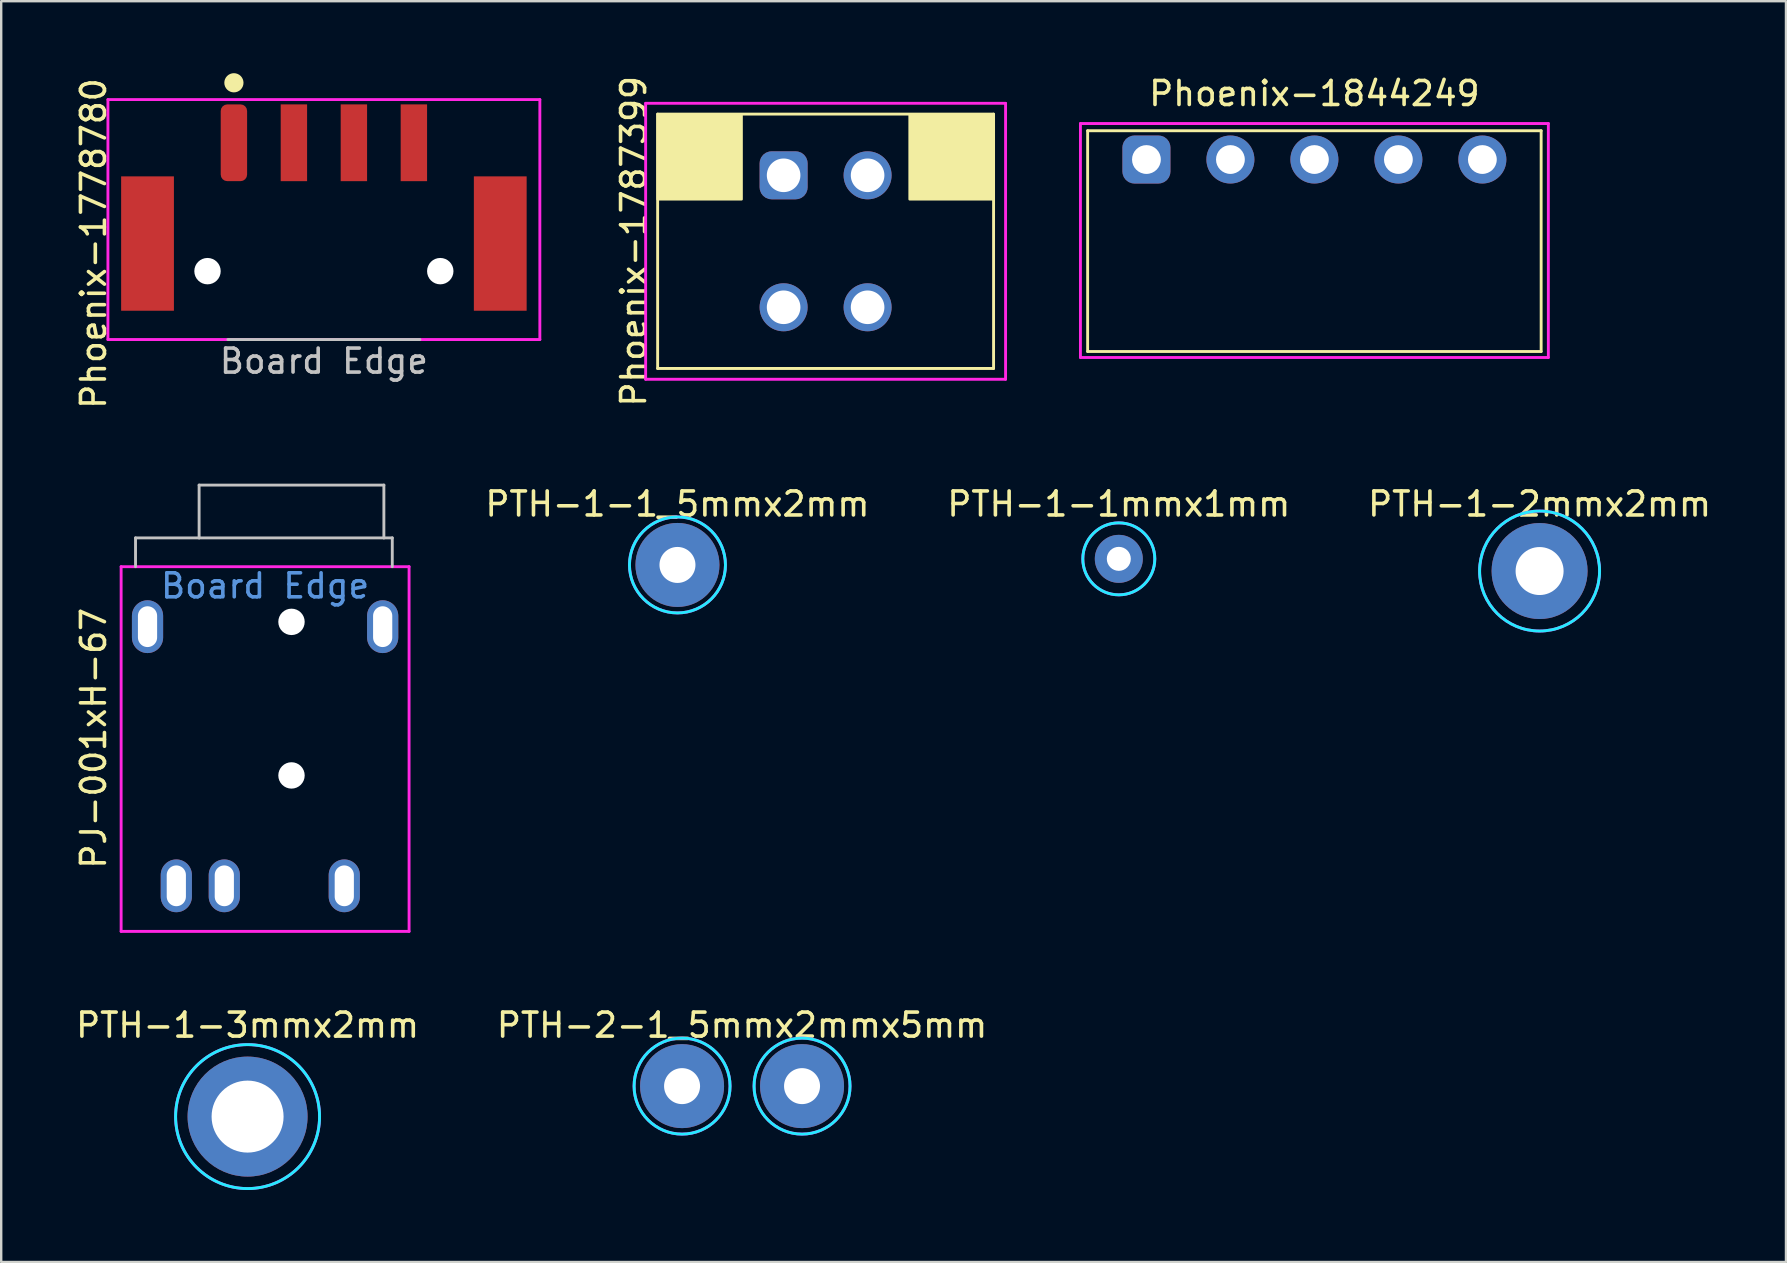
<source format=kicad_pcb>
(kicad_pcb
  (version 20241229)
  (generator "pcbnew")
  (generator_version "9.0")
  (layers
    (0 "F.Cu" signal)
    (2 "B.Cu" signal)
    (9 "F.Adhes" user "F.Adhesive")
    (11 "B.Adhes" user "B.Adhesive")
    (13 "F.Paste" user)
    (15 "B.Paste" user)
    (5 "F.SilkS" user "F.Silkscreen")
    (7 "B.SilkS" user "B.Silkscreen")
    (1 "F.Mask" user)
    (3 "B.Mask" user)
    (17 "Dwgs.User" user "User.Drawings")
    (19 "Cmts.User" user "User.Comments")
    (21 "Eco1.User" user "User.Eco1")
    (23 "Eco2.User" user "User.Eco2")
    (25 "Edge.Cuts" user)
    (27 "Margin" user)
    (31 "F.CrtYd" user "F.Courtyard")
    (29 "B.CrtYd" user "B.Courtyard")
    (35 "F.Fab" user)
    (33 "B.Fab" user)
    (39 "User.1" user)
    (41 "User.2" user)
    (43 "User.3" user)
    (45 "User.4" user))
  (footprint "PTH-1-1_5mmx2mm"
    (layer "F.Cu")
    (at 25.183 20.494)
    (property "Reference" "PTH-1-1_5mmx2mm" (at 0 -2.54 0) (layer "F.SilkS") (effects (font (size 1 1) (thickness 0.15))))
    (attr through_hole)
    (fp_circle (center 0 0) (end 2 0) (stroke (width 0.12) (type solid)) (fill no) (layer "B.CrtYd"))
    (fp_circle (center 0 0) (end 2 0) (stroke (width 0.12) (type solid)) (fill no) (layer "F.CrtYd"))
    (pad "1" thru_hole circle (at 0 0) (size 3.5 3.5) (drill 1.5) (layers "*.Cu" "*.Mask")))
  (footprint "Phoenix-1787399"
    (layer "F.Cu")
    (at 31.357 7.006)
    (property "Reference" "Phoenix-1787399" (at -8 0 90) (layer "F.SilkS") (effects (font (size 1 1) (thickness 0.15))))
    (attr through_hole)
    (fp_line (start -7 -5.3) (end 7 -5.3) (stroke (width 0.12) (type solid)) (layer "F.SilkS"))
    (fp_line (start -7 5.3) (end -7 -5.3) (stroke (width 0.12) (type solid)) (layer "F.SilkS"))
    (fp_line (start 7 -5.3) (end 7 5.3) (stroke (width 0.12) (type solid)) (layer "F.SilkS"))
    (fp_line (start 7 5.3) (end -7 5.3) (stroke (width 0.12) (type solid)) (layer "F.SilkS"))
    (fp_poly (pts (xy -3.5 -1.75) (xy -7 -1.75) (xy -7 -5.25) (xy -3.5 -5.25)) (stroke (width 0.1) (type solid)) (fill yes) (layer "F.SilkS"))
    (fp_poly (pts (xy 7 -1.75) (xy 3.5 -1.75) (xy 3.5 -5.25) (xy 7 -5.25)) (stroke (width 0.1) (type solid)) (fill yes) (layer "F.SilkS"))
    (fp_line (start -7.5 -5.75) (end -7.5 5.75) (stroke (width 0.12) (type solid)) (layer "F.CrtYd"))
    (fp_line (start -7.5 5.75) (end 7.5 5.75) (stroke (width 0.12) (type solid)) (layer "F.CrtYd"))
    (fp_line (start 7.5 -5.75) (end -7.5 -5.75) (stroke (width 0.12) (type solid)) (layer "F.CrtYd"))
    (fp_line (start 7.5 5.75) (end 7.5 -5.75) (stroke (width 0.12) (type solid)) (layer "F.CrtYd"))
    (pad "1" thru_hole roundrect (at -1.75 -2.75) (size 2 2) (drill 1.4) (layers "*.Cu" "*.Mask") (roundrect_rratio 0.25))
    (pad "2" thru_hole circle (at -1.75 2.75) (size 2 2) (drill 1.4) (layers "*.Cu" "*.Mask"))
    (pad "3" thru_hole circle (at 1.75 -2.75) (size 2 2) (drill 1.4) (layers "*.Cu" "*.Mask"))
    (pad "4" thru_hole circle (at 1.75 2.75) (size 2 2) (drill 1.4) (layers "*.Cu" "*.Mask")))
  (footprint "PJ-001xH-67"
    (layer "F.Cu")
    (at 7.998 20.566)
    (property "Reference" "PJ-001xH-67" (at -7.15 7.15 90) (layer "F.SilkS") (effects (font (size 1 1) (thickness 0.15))))
    (attr through_hole)
    (fp_line (start -5.4 -1.2) (end -5.4 0) (stroke (width 0.12) (type solid)) (layer "Dwgs.User"))
    (fp_line (start -2.75 -3.4) (end 4.95 -3.4) (stroke (width 0.12) (type solid)) (layer "Dwgs.User"))
    (fp_line (start -2.75 -1.2) (end -5.4 -1.2) (stroke (width 0.12) (type solid)) (layer "Dwgs.User"))
    (fp_line (start -2.75 -1.2) (end -2.75 -3.4) (stroke (width 0.12) (type solid)) (layer "Dwgs.User"))
    (fp_line (start 4.95 -3.4) (end 4.95 -1.2) (stroke (width 0.12) (type solid)) (layer "Dwgs.User"))
    (fp_line (start 4.95 -1.2) (end -2.75 -1.2) (stroke (width 0.12) (type solid)) (layer "Dwgs.User"))
    (fp_line (start 4.95 -1.2) (end 5.3 -1.2) (stroke (width 0.12) (type solid)) (layer "Dwgs.User"))
    (fp_line (start 5.3 -1.2) (end 5.3 0) (stroke (width 0.12) (type solid)) (layer "Dwgs.User"))
    (fp_line (start -6 0) (end 6 0) (stroke (width 0.12) (type solid)) (layer "F.CrtYd"))
    (fp_line (start -6 15.2) (end -6 0) (stroke (width 0.12) (type solid)) (layer "F.CrtYd"))
    (fp_line (start 6 0) (end 6 15.2) (stroke (width 0.12) (type solid)) (layer "F.CrtYd"))
    (fp_line (start 6 15.2) (end -6 15.2) (stroke (width 0.12) (type solid)) (layer "F.CrtYd"))
    (fp_text user "Board Edge" (at 0 0.8 0) (layer "Cmts.User") (effects (font (size 1 1) (thickness 0.15))))
    (pad "" np_thru_hole circle (at 1.1 2.3) (size 1.1 1.1) (drill 1.1) (layers "*.Cu" "*.Mask"))
    (pad "" np_thru_hole circle (at 1.1 8.7) (size 1.1 1.1) (drill 1.1) (layers "*.Cu" "*.Mask"))
    (pad "1" thru_hole oval (at 3.3 13.3) (size 1.3 2.2) (drill oval 0.8 1.7) (layers "*.Cu" "*.Mask"))
    (pad "2" thru_hole oval (at -3.7 13.3) (size 1.3 2.2) (drill oval 0.8 1.7) (layers "*.Cu" "*.Mask"))
    (pad "3" thru_hole oval (at -1.7 13.3) (size 1.3 2.2) (drill oval 0.8 1.7) (layers "*.Cu" "*.Mask"))
    (pad "S1" thru_hole oval (at -4.9 2.5) (size 1.3 2.2) (drill oval 0.8 1.7) (layers "*.Cu" "*.Mask"))
    (pad "S1" thru_hole oval (at 4.9 2.5) (size 1.3 2.2) (drill oval 0.8 1.7) (layers "*.Cu" "*.Mask")))
  (footprint "PTH-1-1mmx1mm"
    (layer "F.Cu")
    (at 43.576 20.24)
    (property "Reference" "PTH-1-1mmx1mm" (at 0 -2.286 0) (layer "F.SilkS") (effects (font (size 1 1) (thickness 0.15))))
    (attr through_hole)
    (fp_circle (center 0 0) (end 1.5 0) (stroke (width 0.12) (type solid)) (fill no) (layer "B.CrtYd"))
    (fp_circle (center 0 0) (end 1.5 0) (stroke (width 0.12) (type solid)) (fill no) (layer "F.CrtYd"))
    (pad "1" thru_hole circle (at 0 0) (size 2 2) (drill 1) (layers "*.Cu" "*.Mask")))
  (footprint "PTH-1-2mmx2mm"
    (layer "F.Cu")
    (at 61.112 20.748)
    (property "Reference" "PTH-1-2mmx2mm" (at 0 -2.794 0) (layer "F.SilkS") (effects (font (size 1 1) (thickness 0.15))))
    (attr through_hole)
    (fp_circle (center 0 0) (end 2.5 0) (stroke (width 0.12) (type solid)) (fill no) (layer "B.CrtYd"))
    (fp_circle (center 0 0) (end 2.5 0) (stroke (width 0.12) (type solid)) (fill no) (layer "F.CrtYd"))
    (pad "1" thru_hole circle (at 0 0) (size 4 4) (drill 2) (layers "*.Cu" "*.Mask")))
  (footprint "PTH-2-1_5mmx2mmx5mm"
    (layer "F.Cu")
    (at 27.875 42.214)
    (property "Reference" "PTH-2-1_5mmx2mmx5mm" (at 0 -2.54 0) (layer "F.SilkS") (effects (font (size 1 1) (thickness 0.15))))
    (attr through_hole)
    (fp_circle (center -2.5 0) (end -0.5 0) (stroke (width 0.12) (type solid)) (fill no) (layer "B.CrtYd"))
    (fp_circle (center 2.5 0) (end 4.5 0) (stroke (width 0.12) (type solid)) (fill no) (layer "B.CrtYd"))
    (fp_circle (center -2.5 0) (end -0.5 0) (stroke (width 0.12) (type solid)) (fill no) (layer "F.CrtYd"))
    (fp_circle (center 2.5 0) (end 4.5 0) (stroke (width 0.12) (type solid)) (fill no) (layer "F.CrtYd"))
    (pad "1" thru_hole circle (at -2.5 0) (size 3.5 3.5) (drill 1.5) (layers "*.Cu" "*.Mask"))
    (pad "2" thru_hole circle (at 2.5 0) (size 3.5 3.5) (drill 1.5) (layers "*.Cu" "*.Mask")))
  (footprint "PTH-1-3mmx2mm"
    (layer "F.Cu")
    (at 7.268 43.484)
    (property "Reference" "PTH-1-3mmx2mm" (at 0 -3.81 0) (layer "F.SilkS") (effects (font (size 1 1) (thickness 0.15))))
    (attr through_hole)
    (fp_circle (center 0 0) (end 3 0) (stroke (width 0.12) (type solid)) (fill no) (layer "B.CrtYd"))
    (fp_circle (center 0 0) (end 3 0) (stroke (width 0.12) (type solid)) (fill no) (layer "F.CrtYd"))
    (pad "1" thru_hole circle (at 0 0) (size 5 5) (drill 3) (layers "*.Cu" "*.Mask")))
  (footprint "Phoenix-1844249"
    (layer "F.Cu")
    (at 51.727 3.598)
    (property "Reference" "Phoenix-1844249" (at 0 -2.75 0) (layer "F.SilkS") (effects (font (size 1 1) (thickness 0.15))))
    (attr through_hole)
    (fp_line (start -9.45 -1.2) (end 9.45 -1.2) (stroke (width 0.12) (type solid)) (layer "F.SilkS"))
    (fp_line (start -9.45 8) (end -9.45 -1.2) (stroke (width 0.12) (type solid)) (layer "F.SilkS"))
    (fp_line (start 9.45 -1.2) (end 9.45 8) (stroke (width 0.12) (type solid)) (layer "F.SilkS"))
    (fp_line (start 9.45 8) (end -9.45 8) (stroke (width 0.12) (type solid)) (layer "F.SilkS"))
    (fp_line (start -9.75 -1.5) (end 9.75 -1.5) (stroke (width 0.12) (type solid)) (layer "F.CrtYd"))
    (fp_line (start -9.75 8.25) (end -9.75 -1.5) (stroke (width 0.12) (type solid)) (layer "F.CrtYd"))
    (fp_line (start 9.75 -1.5) (end 9.75 8.25) (stroke (width 0.12) (type solid)) (layer "F.CrtYd"))
    (fp_line (start 9.75 8.25) (end -9.75 8.25) (stroke (width 0.12) (type solid)) (layer "F.CrtYd"))
    (pad "1" thru_hole roundrect (at -7 0) (size 2 2) (drill 1.2) (layers "*.Cu" "*.Mask") (roundrect_rratio 0.25))
    (pad "2" thru_hole circle (at -3.5 0) (size 2 2) (drill 1.2) (layers "*.Cu" "*.Mask"))
    (pad "3" thru_hole circle (at 0 0) (size 2 2) (drill 1.2) (layers "*.Cu" "*.Mask"))
    (pad "4" thru_hole circle (at 3.5 0) (size 2 2) (drill 1.2) (layers "*.Cu" "*.Mask"))
    (pad "5" thru_hole circle (at 7 0) (size 2 2) (drill 1.2) (layers "*.Cu" "*.Mask")))
  (footprint "Phoenix-1778780"
    (layer "F.Cu")
    (at 10.448 7.1)
    (property "Reference" "Phoenix-1778780" (at -9.6 0 90) (layer "F.SilkS") (effects (font (size 1 1) (thickness 0.15))))
    (attr through_hole)
    (fp_circle (center -3.75 -6.7) (end -3.55 -6.7) (stroke (width 0.4) (type solid)) (fill no) (layer "F.SilkS"))
    (fp_line (start 4 4) (end -4 4) (stroke (width 0.12) (type solid)) (layer "Dwgs.User"))
    (fp_line (start -9 -6) (end -9 4) (stroke (width 0.12) (type solid)) (layer "F.CrtYd"))
    (fp_line (start -9 4) (end 9 4) (stroke (width 0.12) (type solid)) (layer "F.CrtYd"))
    (fp_line (start 9 -6) (end -9 -6) (stroke (width 0.12) (type solid)) (layer "F.CrtYd"))
    (fp_line (start 9 4) (end 9 -6) (stroke (width 0.12) (type solid)) (layer "F.CrtYd"))
    (fp_text user "Board Edge" (at 0 4.9 0) (layer "Dwgs.User") (effects (font (size 1 1) (thickness 0.15))))
    (pad "" np_thru_hole circle (at -4.85 1.15) (size 1.1 1.1) (drill 1.1) (layers "*.Cu" "*.Mask"))
    (pad "" np_thru_hole circle (at 4.85 1.15) (size 1.1 1.1) (drill 1.1) (layers "*.Cu" "*.Mask"))
    (pad "1" smd roundrect (at -3.75 -5.8) (size 1.1 3.2) (drill oval (offset 0 1.6)) (layers "F.Cu" "F.Mask" "F.Paste") (roundrect_rratio 0.25))
    (pad "2" smd rect (at -1.25 -5.8) (size 1.1 3.2) (drill oval (offset 0 1.6)) (layers "F.Cu" "F.Mask" "F.Paste"))
    (pad "3" smd rect (at 1.25 -5.8) (size 1.1 3.2) (drill oval (offset 0 1.6)) (layers "F.Cu" "F.Mask" "F.Paste"))
    (pad "4" smd rect (at 3.75 -5.8) (size 1.1 3.2) (drill oval (offset 0 1.6)) (layers "F.Cu" "F.Mask" "F.Paste"))
    (pad "SHIELD" smd rect (at -7.35 0) (size 2.2 5.6) (layers "F.Cu" "F.Mask" "F.Paste"))
    (pad "SHIELD" smd rect (at 7.35 0) (size 2.2 5.6) (layers "F.Cu" "F.Mask" "F.Paste")))
  (gr_rect
    (start -3 -3)
    (end 71.38 49.544)
    (stroke (width 0.1) (type default))
    (fill no)
    (layer "Edge.Cuts")))
</source>
